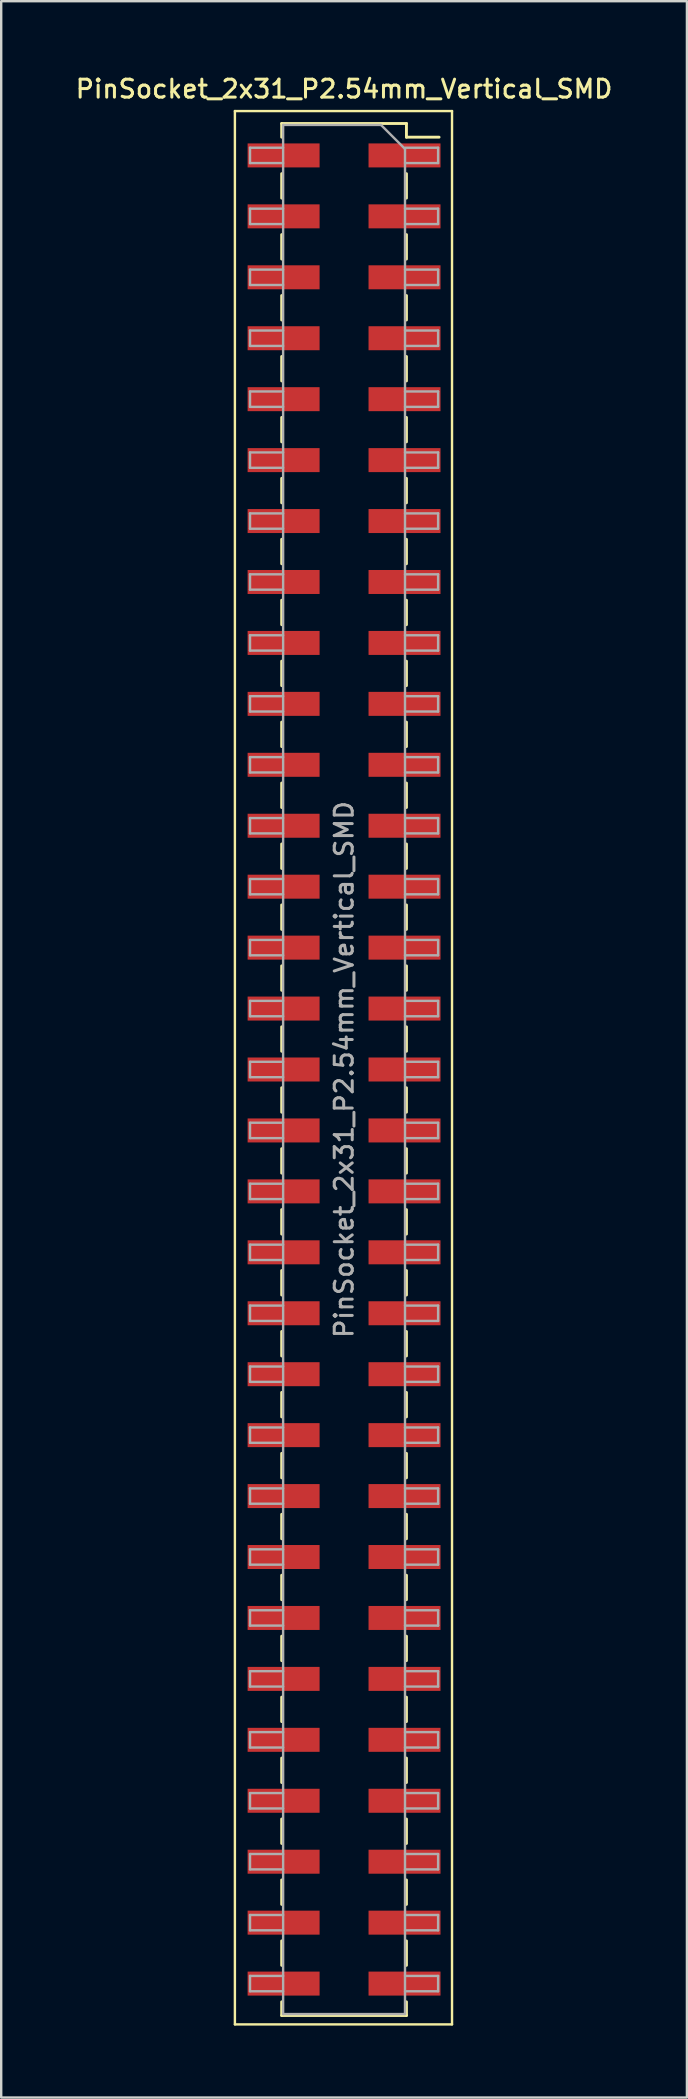
<source format=kicad_pcb>
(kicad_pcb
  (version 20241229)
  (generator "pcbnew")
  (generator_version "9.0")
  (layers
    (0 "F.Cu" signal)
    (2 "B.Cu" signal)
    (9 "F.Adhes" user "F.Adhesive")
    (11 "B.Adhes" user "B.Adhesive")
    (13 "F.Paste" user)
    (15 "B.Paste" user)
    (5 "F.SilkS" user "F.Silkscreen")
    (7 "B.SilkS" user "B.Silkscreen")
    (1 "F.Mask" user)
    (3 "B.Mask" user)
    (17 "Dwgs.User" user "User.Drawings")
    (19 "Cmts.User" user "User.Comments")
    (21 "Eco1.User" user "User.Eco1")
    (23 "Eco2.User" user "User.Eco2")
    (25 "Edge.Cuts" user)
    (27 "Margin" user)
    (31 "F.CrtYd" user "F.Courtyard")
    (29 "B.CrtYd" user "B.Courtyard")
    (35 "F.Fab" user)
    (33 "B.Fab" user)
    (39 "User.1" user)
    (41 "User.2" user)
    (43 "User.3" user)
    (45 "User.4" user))
  (footprint "PinSocket_2x31_P2.54mm_Vertical_SMD"
    (layer "F.Cu")
    (at 11.291 41.528)
    (property "Reference" "PinSocket_2x31_P2.54mm_Vertical_SMD" (at 0 -40.87 0) (layer "F.SilkS") (effects (font (size 0.75 0.75) (thickness 0.125))))
    (attr smd)
    (fp_line (start -4.55 -39.95) (end 4.5 -39.95) (stroke (width 0.1) (type solid)) (layer "F.SilkS"))
    (fp_line (start -4.55 39.8) (end -4.55 -39.95) (stroke (width 0.1) (type solid)) (layer "F.SilkS"))
    (fp_line (start -2.6 -39.43) (end -2.6 -38.86) (stroke (width 0.12) (type solid)) (layer "F.SilkS"))
    (fp_line (start -2.6 -39.43) (end 2.6 -39.43) (stroke (width 0.12) (type solid)) (layer "F.SilkS"))
    (fp_line (start -2.6 -37.34) (end -2.6 -36.32) (stroke (width 0.12) (type solid)) (layer "F.SilkS"))
    (fp_line (start -2.6 -34.8) (end -2.6 -33.78) (stroke (width 0.12) (type solid)) (layer "F.SilkS"))
    (fp_line (start -2.6 -32.26) (end -2.6 -31.24) (stroke (width 0.12) (type solid)) (layer "F.SilkS"))
    (fp_line (start -2.6 -29.72) (end -2.6 -28.7) (stroke (width 0.12) (type solid)) (layer "F.SilkS"))
    (fp_line (start -2.6 -27.18) (end -2.6 -26.16) (stroke (width 0.12) (type solid)) (layer "F.SilkS"))
    (fp_line (start -2.6 -24.64) (end -2.6 -23.62) (stroke (width 0.12) (type solid)) (layer "F.SilkS"))
    (fp_line (start -2.6 -22.1) (end -2.6 -21.08) (stroke (width 0.12) (type solid)) (layer "F.SilkS"))
    (fp_line (start -2.6 -19.56) (end -2.6 -18.54) (stroke (width 0.12) (type solid)) (layer "F.SilkS"))
    (fp_line (start -2.6 -17.02) (end -2.6 -16) (stroke (width 0.12) (type solid)) (layer "F.SilkS"))
    (fp_line (start -2.6 -14.48) (end -2.6 -13.46) (stroke (width 0.12) (type solid)) (layer "F.SilkS"))
    (fp_line (start -2.6 -11.94) (end -2.6 -10.92) (stroke (width 0.12) (type solid)) (layer "F.SilkS"))
    (fp_line (start -2.6 -9.4) (end -2.6 -8.38) (stroke (width 0.12) (type solid)) (layer "F.SilkS"))
    (fp_line (start -2.6 -6.86) (end -2.6 -5.84) (stroke (width 0.12) (type solid)) (layer "F.SilkS"))
    (fp_line (start -2.6 -4.32) (end -2.6 -3.3) (stroke (width 0.12) (type solid)) (layer "F.SilkS"))
    (fp_line (start -2.6 -1.78) (end -2.6 -0.76) (stroke (width 0.12) (type solid)) (layer "F.SilkS"))
    (fp_line (start -2.6 0.76) (end -2.6 1.78) (stroke (width 0.12) (type solid)) (layer "F.SilkS"))
    (fp_line (start -2.6 3.3) (end -2.6 4.32) (stroke (width 0.12) (type solid)) (layer "F.SilkS"))
    (fp_line (start -2.6 5.84) (end -2.6 6.86) (stroke (width 0.12) (type solid)) (layer "F.SilkS"))
    (fp_line (start -2.6 8.38) (end -2.6 9.4) (stroke (width 0.12) (type solid)) (layer "F.SilkS"))
    (fp_line (start -2.6 10.92) (end -2.6 11.94) (stroke (width 0.12) (type solid)) (layer "F.SilkS"))
    (fp_line (start -2.6 13.46) (end -2.6 14.48) (stroke (width 0.12) (type solid)) (layer "F.SilkS"))
    (fp_line (start -2.6 16) (end -2.6 17.02) (stroke (width 0.12) (type solid)) (layer "F.SilkS"))
    (fp_line (start -2.6 18.54) (end -2.6 19.56) (stroke (width 0.12) (type solid)) (layer "F.SilkS"))
    (fp_line (start -2.6 21.08) (end -2.6 22.1) (stroke (width 0.12) (type solid)) (layer "F.SilkS"))
    (fp_line (start -2.6 23.62) (end -2.6 24.64) (stroke (width 0.12) (type solid)) (layer "F.SilkS"))
    (fp_line (start -2.6 26.16) (end -2.6 27.18) (stroke (width 0.12) (type solid)) (layer "F.SilkS"))
    (fp_line (start -2.6 28.7) (end -2.6 29.72) (stroke (width 0.12) (type solid)) (layer "F.SilkS"))
    (fp_line (start -2.6 31.24) (end -2.6 32.26) (stroke (width 0.12) (type solid)) (layer "F.SilkS"))
    (fp_line (start -2.6 33.78) (end -2.6 34.8) (stroke (width 0.12) (type solid)) (layer "F.SilkS"))
    (fp_line (start -2.6 36.32) (end -2.6 37.34) (stroke (width 0.12) (type solid)) (layer "F.SilkS"))
    (fp_line (start -2.6 38.86) (end -2.6 39.43) (stroke (width 0.12) (type solid)) (layer "F.SilkS"))
    (fp_line (start -2.6 39.43) (end 2.6 39.43) (stroke (width 0.12) (type solid)) (layer "F.SilkS"))
    (fp_line (start 2.6 -39.43) (end 2.6 -38.86) (stroke (width 0.12) (type solid)) (layer "F.SilkS"))
    (fp_line (start 2.6 -38.86) (end 3.96 -38.86) (stroke (width 0.12) (type solid)) (layer "F.SilkS"))
    (fp_line (start 2.6 -37.34) (end 2.6 -36.32) (stroke (width 0.12) (type solid)) (layer "F.SilkS"))
    (fp_line (start 2.6 -34.8) (end 2.6 -33.78) (stroke (width 0.12) (type solid)) (layer "F.SilkS"))
    (fp_line (start 2.6 -32.26) (end 2.6 -31.24) (stroke (width 0.12) (type solid)) (layer "F.SilkS"))
    (fp_line (start 2.6 -29.72) (end 2.6 -28.7) (stroke (width 0.12) (type solid)) (layer "F.SilkS"))
    (fp_line (start 2.6 -27.18) (end 2.6 -26.16) (stroke (width 0.12) (type solid)) (layer "F.SilkS"))
    (fp_line (start 2.6 -24.64) (end 2.6 -23.62) (stroke (width 0.12) (type solid)) (layer "F.SilkS"))
    (fp_line (start 2.6 -22.1) (end 2.6 -21.08) (stroke (width 0.12) (type solid)) (layer "F.SilkS"))
    (fp_line (start 2.6 -19.56) (end 2.6 -18.54) (stroke (width 0.12) (type solid)) (layer "F.SilkS"))
    (fp_line (start 2.6 -17.02) (end 2.6 -16) (stroke (width 0.12) (type solid)) (layer "F.SilkS"))
    (fp_line (start 2.6 -14.48) (end 2.6 -13.46) (stroke (width 0.12) (type solid)) (layer "F.SilkS"))
    (fp_line (start 2.6 -11.94) (end 2.6 -10.92) (stroke (width 0.12) (type solid)) (layer "F.SilkS"))
    (fp_line (start 2.6 -9.4) (end 2.6 -8.38) (stroke (width 0.12) (type solid)) (layer "F.SilkS"))
    (fp_line (start 2.6 -6.86) (end 2.6 -5.84) (stroke (width 0.12) (type solid)) (layer "F.SilkS"))
    (fp_line (start 2.6 -4.32) (end 2.6 -3.3) (stroke (width 0.12) (type solid)) (layer "F.SilkS"))
    (fp_line (start 2.6 -1.78) (end 2.6 -0.76) (stroke (width 0.12) (type solid)) (layer "F.SilkS"))
    (fp_line (start 2.6 0.76) (end 2.6 1.78) (stroke (width 0.12) (type solid)) (layer "F.SilkS"))
    (fp_line (start 2.6 3.3) (end 2.6 4.32) (stroke (width 0.12) (type solid)) (layer "F.SilkS"))
    (fp_line (start 2.6 5.84) (end 2.6 6.86) (stroke (width 0.12) (type solid)) (layer "F.SilkS"))
    (fp_line (start 2.6 8.38) (end 2.6 9.4) (stroke (width 0.12) (type solid)) (layer "F.SilkS"))
    (fp_line (start 2.6 10.92) (end 2.6 11.94) (stroke (width 0.12) (type solid)) (layer "F.SilkS"))
    (fp_line (start 2.6 13.46) (end 2.6 14.48) (stroke (width 0.12) (type solid)) (layer "F.SilkS"))
    (fp_line (start 2.6 16) (end 2.6 17.02) (stroke (width 0.12) (type solid)) (layer "F.SilkS"))
    (fp_line (start 2.6 18.54) (end 2.6 19.56) (stroke (width 0.12) (type solid)) (layer "F.SilkS"))
    (fp_line (start 2.6 21.08) (end 2.6 22.1) (stroke (width 0.12) (type solid)) (layer "F.SilkS"))
    (fp_line (start 2.6 23.62) (end 2.6 24.64) (stroke (width 0.12) (type solid)) (layer "F.SilkS"))
    (fp_line (start 2.6 26.16) (end 2.6 27.18) (stroke (width 0.12) (type solid)) (layer "F.SilkS"))
    (fp_line (start 2.6 28.7) (end 2.6 29.72) (stroke (width 0.12) (type solid)) (layer "F.SilkS"))
    (fp_line (start 2.6 31.24) (end 2.6 32.26) (stroke (width 0.12) (type solid)) (layer "F.SilkS"))
    (fp_line (start 2.6 33.78) (end 2.6 34.8) (stroke (width 0.12) (type solid)) (layer "F.SilkS"))
    (fp_line (start 2.6 36.32) (end 2.6 37.34) (stroke (width 0.12) (type solid)) (layer "F.SilkS"))
    (fp_line (start 2.6 38.86) (end 2.6 39.43) (stroke (width 0.12) (type solid)) (layer "F.SilkS"))
    (fp_line (start 4.5 -39.95) (end 4.5 39.8) (stroke (width 0.1) (type solid)) (layer "F.SilkS"))
    (fp_line (start 4.5 39.8) (end -4.55 39.8) (stroke (width 0.1) (type solid)) (layer "F.SilkS"))
    (fp_line (start -3.92 -38.42) (end -2.54 -38.42) (stroke (width 0.1) (type solid)) (layer "F.Fab"))
    (fp_line (start -3.92 -37.78) (end -3.92 -38.42) (stroke (width 0.1) (type solid)) (layer "F.Fab"))
    (fp_line (start -3.92 -35.88) (end -2.54 -35.88) (stroke (width 0.1) (type solid)) (layer "F.Fab"))
    (fp_line (start -3.92 -35.24) (end -3.92 -35.88) (stroke (width 0.1) (type solid)) (layer "F.Fab"))
    (fp_line (start -3.92 -33.34) (end -2.54 -33.34) (stroke (width 0.1) (type solid)) (layer "F.Fab"))
    (fp_line (start -3.92 -32.7) (end -3.92 -33.34) (stroke (width 0.1) (type solid)) (layer "F.Fab"))
    (fp_line (start -3.92 -30.8) (end -2.54 -30.8) (stroke (width 0.1) (type solid)) (layer "F.Fab"))
    (fp_line (start -3.92 -30.16) (end -3.92 -30.8) (stroke (width 0.1) (type solid)) (layer "F.Fab"))
    (fp_line (start -3.92 -28.26) (end -2.54 -28.26) (stroke (width 0.1) (type solid)) (layer "F.Fab"))
    (fp_line (start -3.92 -27.62) (end -3.92 -28.26) (stroke (width 0.1) (type solid)) (layer "F.Fab"))
    (fp_line (start -3.92 -25.72) (end -2.54 -25.72) (stroke (width 0.1) (type solid)) (layer "F.Fab"))
    (fp_line (start -3.92 -25.08) (end -3.92 -25.72) (stroke (width 0.1) (type solid)) (layer "F.Fab"))
    (fp_line (start -3.92 -23.18) (end -2.54 -23.18) (stroke (width 0.1) (type solid)) (layer "F.Fab"))
    (fp_line (start -3.92 -22.54) (end -3.92 -23.18) (stroke (width 0.1) (type solid)) (layer "F.Fab"))
    (fp_line (start -3.92 -20.64) (end -2.54 -20.64) (stroke (width 0.1) (type solid)) (layer "F.Fab"))
    (fp_line (start -3.92 -20) (end -3.92 -20.64) (stroke (width 0.1) (type solid)) (layer "F.Fab"))
    (fp_line (start -3.92 -18.1) (end -2.54 -18.1) (stroke (width 0.1) (type solid)) (layer "F.Fab"))
    (fp_line (start -3.92 -17.46) (end -3.92 -18.1) (stroke (width 0.1) (type solid)) (layer "F.Fab"))
    (fp_line (start -3.92 -15.56) (end -2.54 -15.56) (stroke (width 0.1) (type solid)) (layer "F.Fab"))
    (fp_line (start -3.92 -14.92) (end -3.92 -15.56) (stroke (width 0.1) (type solid)) (layer "F.Fab"))
    (fp_line (start -3.92 -13.02) (end -2.54 -13.02) (stroke (width 0.1) (type solid)) (layer "F.Fab"))
    (fp_line (start -3.92 -12.38) (end -3.92 -13.02) (stroke (width 0.1) (type solid)) (layer "F.Fab"))
    (fp_line (start -3.92 -10.48) (end -2.54 -10.48) (stroke (width 0.1) (type solid)) (layer "F.Fab"))
    (fp_line (start -3.92 -9.84) (end -3.92 -10.48) (stroke (width 0.1) (type solid)) (layer "F.Fab"))
    (fp_line (start -3.92 -7.94) (end -2.54 -7.94) (stroke (width 0.1) (type solid)) (layer "F.Fab"))
    (fp_line (start -3.92 -7.3) (end -3.92 -7.94) (stroke (width 0.1) (type solid)) (layer "F.Fab"))
    (fp_line (start -3.92 -5.4) (end -2.54 -5.4) (stroke (width 0.1) (type solid)) (layer "F.Fab"))
    (fp_line (start -3.92 -4.76) (end -3.92 -5.4) (stroke (width 0.1) (type solid)) (layer "F.Fab"))
    (fp_line (start -3.92 -2.86) (end -2.54 -2.86) (stroke (width 0.1) (type solid)) (layer "F.Fab"))
    (fp_line (start -3.92 -2.22) (end -3.92 -2.86) (stroke (width 0.1) (type solid)) (layer "F.Fab"))
    (fp_line (start -3.92 -0.32) (end -2.54 -0.32) (stroke (width 0.1) (type solid)) (layer "F.Fab"))
    (fp_line (start -3.92 0.32) (end -3.92 -0.32) (stroke (width 0.1) (type solid)) (layer "F.Fab"))
    (fp_line (start -3.92 2.22) (end -2.54 2.22) (stroke (width 0.1) (type solid)) (layer "F.Fab"))
    (fp_line (start -3.92 2.86) (end -3.92 2.22) (stroke (width 0.1) (type solid)) (layer "F.Fab"))
    (fp_line (start -3.92 4.76) (end -2.54 4.76) (stroke (width 0.1) (type solid)) (layer "F.Fab"))
    (fp_line (start -3.92 5.4) (end -3.92 4.76) (stroke (width 0.1) (type solid)) (layer "F.Fab"))
    (fp_line (start -3.92 7.3) (end -2.54 7.3) (stroke (width 0.1) (type solid)) (layer "F.Fab"))
    (fp_line (start -3.92 7.94) (end -3.92 7.3) (stroke (width 0.1) (type solid)) (layer "F.Fab"))
    (fp_line (start -3.92 9.84) (end -2.54 9.84) (stroke (width 0.1) (type solid)) (layer "F.Fab"))
    (fp_line (start -3.92 10.48) (end -3.92 9.84) (stroke (width 0.1) (type solid)) (layer "F.Fab"))
    (fp_line (start -3.92 12.38) (end -2.54 12.38) (stroke (width 0.1) (type solid)) (layer "F.Fab"))
    (fp_line (start -3.92 13.02) (end -3.92 12.38) (stroke (width 0.1) (type solid)) (layer "F.Fab"))
    (fp_line (start -3.92 14.92) (end -2.54 14.92) (stroke (width 0.1) (type solid)) (layer "F.Fab"))
    (fp_line (start -3.92 15.56) (end -3.92 14.92) (stroke (width 0.1) (type solid)) (layer "F.Fab"))
    (fp_line (start -3.92 17.46) (end -2.54 17.46) (stroke (width 0.1) (type solid)) (layer "F.Fab"))
    (fp_line (start -3.92 18.1) (end -3.92 17.46) (stroke (width 0.1) (type solid)) (layer "F.Fab"))
    (fp_line (start -3.92 20) (end -2.54 20) (stroke (width 0.1) (type solid)) (layer "F.Fab"))
    (fp_line (start -3.92 20.64) (end -3.92 20) (stroke (width 0.1) (type solid)) (layer "F.Fab"))
    (fp_line (start -3.92 22.54) (end -2.54 22.54) (stroke (width 0.1) (type solid)) (layer "F.Fab"))
    (fp_line (start -3.92 23.18) (end -3.92 22.54) (stroke (width 0.1) (type solid)) (layer "F.Fab"))
    (fp_line (start -3.92 25.08) (end -2.54 25.08) (stroke (width 0.1) (type solid)) (layer "F.Fab"))
    (fp_line (start -3.92 25.72) (end -3.92 25.08) (stroke (width 0.1) (type solid)) (layer "F.Fab"))
    (fp_line (start -3.92 27.62) (end -2.54 27.62) (stroke (width 0.1) (type solid)) (layer "F.Fab"))
    (fp_line (start -3.92 28.26) (end -3.92 27.62) (stroke (width 0.1) (type solid)) (layer "F.Fab"))
    (fp_line (start -3.92 30.16) (end -2.54 30.16) (stroke (width 0.1) (type solid)) (layer "F.Fab"))
    (fp_line (start -3.92 30.8) (end -3.92 30.16) (stroke (width 0.1) (type solid)) (layer "F.Fab"))
    (fp_line (start -3.92 32.7) (end -2.54 32.7) (stroke (width 0.1) (type solid)) (layer "F.Fab"))
    (fp_line (start -3.92 33.34) (end -3.92 32.7) (stroke (width 0.1) (type solid)) (layer "F.Fab"))
    (fp_line (start -3.92 35.24) (end -2.54 35.24) (stroke (width 0.1) (type solid)) (layer "F.Fab"))
    (fp_line (start -3.92 35.88) (end -3.92 35.24) (stroke (width 0.1) (type solid)) (layer "F.Fab"))
    (fp_line (start -3.92 37.78) (end -2.54 37.78) (stroke (width 0.1) (type solid)) (layer "F.Fab"))
    (fp_line (start -3.92 38.42) (end -3.92 37.78) (stroke (width 0.1) (type solid)) (layer "F.Fab"))
    (fp_line (start -2.54 -39.37) (end 1.54 -39.37) (stroke (width 0.1) (type solid)) (layer "F.Fab"))
    (fp_line (start -2.54 -37.78) (end -3.92 -37.78) (stroke (width 0.1) (type solid)) (layer "F.Fab"))
    (fp_line (start -2.54 -35.24) (end -3.92 -35.24) (stroke (width 0.1) (type solid)) (layer "F.Fab"))
    (fp_line (start -2.54 -32.7) (end -3.92 -32.7) (stroke (width 0.1) (type solid)) (layer "F.Fab"))
    (fp_line (start -2.54 -30.16) (end -3.92 -30.16) (stroke (width 0.1) (type solid)) (layer "F.Fab"))
    (fp_line (start -2.54 -27.62) (end -3.92 -27.62) (stroke (width 0.1) (type solid)) (layer "F.Fab"))
    (fp_line (start -2.54 -25.08) (end -3.92 -25.08) (stroke (width 0.1) (type solid)) (layer "F.Fab"))
    (fp_line (start -2.54 -22.54) (end -3.92 -22.54) (stroke (width 0.1) (type solid)) (layer "F.Fab"))
    (fp_line (start -2.54 -20) (end -3.92 -20) (stroke (width 0.1) (type solid)) (layer "F.Fab"))
    (fp_line (start -2.54 -17.46) (end -3.92 -17.46) (stroke (width 0.1) (type solid)) (layer "F.Fab"))
    (fp_line (start -2.54 -14.92) (end -3.92 -14.92) (stroke (width 0.1) (type solid)) (layer "F.Fab"))
    (fp_line (start -2.54 -12.38) (end -3.92 -12.38) (stroke (width 0.1) (type solid)) (layer "F.Fab"))
    (fp_line (start -2.54 -9.84) (end -3.92 -9.84) (stroke (width 0.1) (type solid)) (layer "F.Fab"))
    (fp_line (start -2.54 -7.3) (end -3.92 -7.3) (stroke (width 0.1) (type solid)) (layer "F.Fab"))
    (fp_line (start -2.54 -4.76) (end -3.92 -4.76) (stroke (width 0.1) (type solid)) (layer "F.Fab"))
    (fp_line (start -2.54 -2.22) (end -3.92 -2.22) (stroke (width 0.1) (type solid)) (layer "F.Fab"))
    (fp_line (start -2.54 0.32) (end -3.92 0.32) (stroke (width 0.1) (type solid)) (layer "F.Fab"))
    (fp_line (start -2.54 2.86) (end -3.92 2.86) (stroke (width 0.1) (type solid)) (layer "F.Fab"))
    (fp_line (start -2.54 5.4) (end -3.92 5.4) (stroke (width 0.1) (type solid)) (layer "F.Fab"))
    (fp_line (start -2.54 7.94) (end -3.92 7.94) (stroke (width 0.1) (type solid)) (layer "F.Fab"))
    (fp_line (start -2.54 10.48) (end -3.92 10.48) (stroke (width 0.1) (type solid)) (layer "F.Fab"))
    (fp_line (start -2.54 13.02) (end -3.92 13.02) (stroke (width 0.1) (type solid)) (layer "F.Fab"))
    (fp_line (start -2.54 15.56) (end -3.92 15.56) (stroke (width 0.1) (type solid)) (layer "F.Fab"))
    (fp_line (start -2.54 18.1) (end -3.92 18.1) (stroke (width 0.1) (type solid)) (layer "F.Fab"))
    (fp_line (start -2.54 20.64) (end -3.92 20.64) (stroke (width 0.1) (type solid)) (layer "F.Fab"))
    (fp_line (start -2.54 23.18) (end -3.92 23.18) (stroke (width 0.1) (type solid)) (layer "F.Fab"))
    (fp_line (start -2.54 25.72) (end -3.92 25.72) (stroke (width 0.1) (type solid)) (layer "F.Fab"))
    (fp_line (start -2.54 28.26) (end -3.92 28.26) (stroke (width 0.1) (type solid)) (layer "F.Fab"))
    (fp_line (start -2.54 30.8) (end -3.92 30.8) (stroke (width 0.1) (type solid)) (layer "F.Fab"))
    (fp_line (start -2.54 33.34) (end -3.92 33.34) (stroke (width 0.1) (type solid)) (layer "F.Fab"))
    (fp_line (start -2.54 35.88) (end -3.92 35.88) (stroke (width 0.1) (type solid)) (layer "F.Fab"))
    (fp_line (start -2.54 38.42) (end -3.92 38.42) (stroke (width 0.1) (type solid)) (layer "F.Fab"))
    (fp_line (start -2.54 39.37) (end -2.54 -39.37) (stroke (width 0.1) (type solid)) (layer "F.Fab"))
    (fp_line (start 1.54 -39.37) (end 2.54 -38.37) (stroke (width 0.1) (type solid)) (layer "F.Fab"))
    (fp_line (start 2.54 -38.42) (end 3.92 -38.42) (stroke (width 0.1) (type solid)) (layer "F.Fab"))
    (fp_line (start 2.54 -38.37) (end 2.54 39.37) (stroke (width 0.1) (type solid)) (layer "F.Fab"))
    (fp_line (start 2.54 -35.88) (end 3.92 -35.88) (stroke (width 0.1) (type solid)) (layer "F.Fab"))
    (fp_line (start 2.54 -33.34) (end 3.92 -33.34) (stroke (width 0.1) (type solid)) (layer "F.Fab"))
    (fp_line (start 2.54 -30.8) (end 3.92 -30.8) (stroke (width 0.1) (type solid)) (layer "F.Fab"))
    (fp_line (start 2.54 -28.26) (end 3.92 -28.26) (stroke (width 0.1) (type solid)) (layer "F.Fab"))
    (fp_line (start 2.54 -25.72) (end 3.92 -25.72) (stroke (width 0.1) (type solid)) (layer "F.Fab"))
    (fp_line (start 2.54 -23.18) (end 3.92 -23.18) (stroke (width 0.1) (type solid)) (layer "F.Fab"))
    (fp_line (start 2.54 -20.64) (end 3.92 -20.64) (stroke (width 0.1) (type solid)) (layer "F.Fab"))
    (fp_line (start 2.54 -18.1) (end 3.92 -18.1) (stroke (width 0.1) (type solid)) (layer "F.Fab"))
    (fp_line (start 2.54 -15.56) (end 3.92 -15.56) (stroke (width 0.1) (type solid)) (layer "F.Fab"))
    (fp_line (start 2.54 -13.02) (end 3.92 -13.02) (stroke (width 0.1) (type solid)) (layer "F.Fab"))
    (fp_line (start 2.54 -10.48) (end 3.92 -10.48) (stroke (width 0.1) (type solid)) (layer "F.Fab"))
    (fp_line (start 2.54 -7.94) (end 3.92 -7.94) (stroke (width 0.1) (type solid)) (layer "F.Fab"))
    (fp_line (start 2.54 -5.4) (end 3.92 -5.4) (stroke (width 0.1) (type solid)) (layer "F.Fab"))
    (fp_line (start 2.54 -2.86) (end 3.92 -2.86) (stroke (width 0.1) (type solid)) (layer "F.Fab"))
    (fp_line (start 2.54 -0.32) (end 3.92 -0.32) (stroke (width 0.1) (type solid)) (layer "F.Fab"))
    (fp_line (start 2.54 2.22) (end 3.92 2.22) (stroke (width 0.1) (type solid)) (layer "F.Fab"))
    (fp_line (start 2.54 4.76) (end 3.92 4.76) (stroke (width 0.1) (type solid)) (layer "F.Fab"))
    (fp_line (start 2.54 7.3) (end 3.92 7.3) (stroke (width 0.1) (type solid)) (layer "F.Fab"))
    (fp_line (start 2.54 9.84) (end 3.92 9.84) (stroke (width 0.1) (type solid)) (layer "F.Fab"))
    (fp_line (start 2.54 12.38) (end 3.92 12.38) (stroke (width 0.1) (type solid)) (layer "F.Fab"))
    (fp_line (start 2.54 14.92) (end 3.92 14.92) (stroke (width 0.1) (type solid)) (layer "F.Fab"))
    (fp_line (start 2.54 17.46) (end 3.92 17.46) (stroke (width 0.1) (type solid)) (layer "F.Fab"))
    (fp_line (start 2.54 20) (end 3.92 20) (stroke (width 0.1) (type solid)) (layer "F.Fab"))
    (fp_line (start 2.54 22.54) (end 3.92 22.54) (stroke (width 0.1) (type solid)) (layer "F.Fab"))
    (fp_line (start 2.54 25.08) (end 3.92 25.08) (stroke (width 0.1) (type solid)) (layer "F.Fab"))
    (fp_line (start 2.54 27.62) (end 3.92 27.62) (stroke (width 0.1) (type solid)) (layer "F.Fab"))
    (fp_line (start 2.54 30.16) (end 3.92 30.16) (stroke (width 0.1) (type solid)) (layer "F.Fab"))
    (fp_line (start 2.54 32.7) (end 3.92 32.7) (stroke (width 0.1) (type solid)) (layer "F.Fab"))
    (fp_line (start 2.54 35.24) (end 3.92 35.24) (stroke (width 0.1) (type solid)) (layer "F.Fab"))
    (fp_line (start 2.54 37.78) (end 3.92 37.78) (stroke (width 0.1) (type solid)) (layer "F.Fab"))
    (fp_line (start 2.54 39.37) (end -2.54 39.37) (stroke (width 0.1) (type solid)) (layer "F.Fab"))
    (fp_line (start 3.92 -38.42) (end 3.92 -37.78) (stroke (width 0.1) (type solid)) (layer "F.Fab"))
    (fp_line (start 3.92 -37.78) (end 2.54 -37.78) (stroke (width 0.1) (type solid)) (layer "F.Fab"))
    (fp_line (start 3.92 -35.88) (end 3.92 -35.24) (stroke (width 0.1) (type solid)) (layer "F.Fab"))
    (fp_line (start 3.92 -35.24) (end 2.54 -35.24) (stroke (width 0.1) (type solid)) (layer "F.Fab"))
    (fp_line (start 3.92 -33.34) (end 3.92 -32.7) (stroke (width 0.1) (type solid)) (layer "F.Fab"))
    (fp_line (start 3.92 -32.7) (end 2.54 -32.7) (stroke (width 0.1) (type solid)) (layer "F.Fab"))
    (fp_line (start 3.92 -30.8) (end 3.92 -30.16) (stroke (width 0.1) (type solid)) (layer "F.Fab"))
    (fp_line (start 3.92 -30.16) (end 2.54 -30.16) (stroke (width 0.1) (type solid)) (layer "F.Fab"))
    (fp_line (start 3.92 -28.26) (end 3.92 -27.62) (stroke (width 0.1) (type solid)) (layer "F.Fab"))
    (fp_line (start 3.92 -27.62) (end 2.54 -27.62) (stroke (width 0.1) (type solid)) (layer "F.Fab"))
    (fp_line (start 3.92 -25.72) (end 3.92 -25.08) (stroke (width 0.1) (type solid)) (layer "F.Fab"))
    (fp_line (start 3.92 -25.08) (end 2.54 -25.08) (stroke (width 0.1) (type solid)) (layer "F.Fab"))
    (fp_line (start 3.92 -23.18) (end 3.92 -22.54) (stroke (width 0.1) (type solid)) (layer "F.Fab"))
    (fp_line (start 3.92 -22.54) (end 2.54 -22.54) (stroke (width 0.1) (type solid)) (layer "F.Fab"))
    (fp_line (start 3.92 -20.64) (end 3.92 -20) (stroke (width 0.1) (type solid)) (layer "F.Fab"))
    (fp_line (start 3.92 -20) (end 2.54 -20) (stroke (width 0.1) (type solid)) (layer "F.Fab"))
    (fp_line (start 3.92 -18.1) (end 3.92 -17.46) (stroke (width 0.1) (type solid)) (layer "F.Fab"))
    (fp_line (start 3.92 -17.46) (end 2.54 -17.46) (stroke (width 0.1) (type solid)) (layer "F.Fab"))
    (fp_line (start 3.92 -15.56) (end 3.92 -14.92) (stroke (width 0.1) (type solid)) (layer "F.Fab"))
    (fp_line (start 3.92 -14.92) (end 2.54 -14.92) (stroke (width 0.1) (type solid)) (layer "F.Fab"))
    (fp_line (start 3.92 -13.02) (end 3.92 -12.38) (stroke (width 0.1) (type solid)) (layer "F.Fab"))
    (fp_line (start 3.92 -12.38) (end 2.54 -12.38) (stroke (width 0.1) (type solid)) (layer "F.Fab"))
    (fp_line (start 3.92 -10.48) (end 3.92 -9.84) (stroke (width 0.1) (type solid)) (layer "F.Fab"))
    (fp_line (start 3.92 -9.84) (end 2.54 -9.84) (stroke (width 0.1) (type solid)) (layer "F.Fab"))
    (fp_line (start 3.92 -7.94) (end 3.92 -7.3) (stroke (width 0.1) (type solid)) (layer "F.Fab"))
    (fp_line (start 3.92 -7.3) (end 2.54 -7.3) (stroke (width 0.1) (type solid)) (layer "F.Fab"))
    (fp_line (start 3.92 -5.4) (end 3.92 -4.76) (stroke (width 0.1) (type solid)) (layer "F.Fab"))
    (fp_line (start 3.92 -4.76) (end 2.54 -4.76) (stroke (width 0.1) (type solid)) (layer "F.Fab"))
    (fp_line (start 3.92 -2.86) (end 3.92 -2.22) (stroke (width 0.1) (type solid)) (layer "F.Fab"))
    (fp_line (start 3.92 -2.22) (end 2.54 -2.22) (stroke (width 0.1) (type solid)) (layer "F.Fab"))
    (fp_line (start 3.92 -0.32) (end 3.92 0.32) (stroke (width 0.1) (type solid)) (layer "F.Fab"))
    (fp_line (start 3.92 0.32) (end 2.54 0.32) (stroke (width 0.1) (type solid)) (layer "F.Fab"))
    (fp_line (start 3.92 2.22) (end 3.92 2.86) (stroke (width 0.1) (type solid)) (layer "F.Fab"))
    (fp_line (start 3.92 2.86) (end 2.54 2.86) (stroke (width 0.1) (type solid)) (layer "F.Fab"))
    (fp_line (start 3.92 4.76) (end 3.92 5.4) (stroke (width 0.1) (type solid)) (layer "F.Fab"))
    (fp_line (start 3.92 5.4) (end 2.54 5.4) (stroke (width 0.1) (type solid)) (layer "F.Fab"))
    (fp_line (start 3.92 7.3) (end 3.92 7.94) (stroke (width 0.1) (type solid)) (layer "F.Fab"))
    (fp_line (start 3.92 7.94) (end 2.54 7.94) (stroke (width 0.1) (type solid)) (layer "F.Fab"))
    (fp_line (start 3.92 9.84) (end 3.92 10.48) (stroke (width 0.1) (type solid)) (layer "F.Fab"))
    (fp_line (start 3.92 10.48) (end 2.54 10.48) (stroke (width 0.1) (type solid)) (layer "F.Fab"))
    (fp_line (start 3.92 12.38) (end 3.92 13.02) (stroke (width 0.1) (type solid)) (layer "F.Fab"))
    (fp_line (start 3.92 13.02) (end 2.54 13.02) (stroke (width 0.1) (type solid)) (layer "F.Fab"))
    (fp_line (start 3.92 14.92) (end 3.92 15.56) (stroke (width 0.1) (type solid)) (layer "F.Fab"))
    (fp_line (start 3.92 15.56) (end 2.54 15.56) (stroke (width 0.1) (type solid)) (layer "F.Fab"))
    (fp_line (start 3.92 17.46) (end 3.92 18.1) (stroke (width 0.1) (type solid)) (layer "F.Fab"))
    (fp_line (start 3.92 18.1) (end 2.54 18.1) (stroke (width 0.1) (type solid)) (layer "F.Fab"))
    (fp_line (start 3.92 20) (end 3.92 20.64) (stroke (width 0.1) (type solid)) (layer "F.Fab"))
    (fp_line (start 3.92 20.64) (end 2.54 20.64) (stroke (width 0.1) (type solid)) (layer "F.Fab"))
    (fp_line (start 3.92 22.54) (end 3.92 23.18) (stroke (width 0.1) (type solid)) (layer "F.Fab"))
    (fp_line (start 3.92 23.18) (end 2.54 23.18) (stroke (width 0.1) (type solid)) (layer "F.Fab"))
    (fp_line (start 3.92 25.08) (end 3.92 25.72) (stroke (width 0.1) (type solid)) (layer "F.Fab"))
    (fp_line (start 3.92 25.72) (end 2.54 25.72) (stroke (width 0.1) (type solid)) (layer "F.Fab"))
    (fp_line (start 3.92 27.62) (end 3.92 28.26) (stroke (width 0.1) (type solid)) (layer "F.Fab"))
    (fp_line (start 3.92 28.26) (end 2.54 28.26) (stroke (width 0.1) (type solid)) (layer "F.Fab"))
    (fp_line (start 3.92 30.16) (end 3.92 30.8) (stroke (width 0.1) (type solid)) (layer "F.Fab"))
    (fp_line (start 3.92 30.8) (end 2.54 30.8) (stroke (width 0.1) (type solid)) (layer "F.Fab"))
    (fp_line (start 3.92 32.7) (end 3.92 33.34) (stroke (width 0.1) (type solid)) (layer "F.Fab"))
    (fp_line (start 3.92 33.34) (end 2.54 33.34) (stroke (width 0.1) (type solid)) (layer "F.Fab"))
    (fp_line (start 3.92 35.24) (end 3.92 35.88) (stroke (width 0.1) (type solid)) (layer "F.Fab"))
    (fp_line (start 3.92 35.88) (end 2.54 35.88) (stroke (width 0.1) (type solid)) (layer "F.Fab"))
    (fp_line (start 3.92 37.78) (end 3.92 38.42) (stroke (width 0.1) (type solid)) (layer "F.Fab"))
    (fp_line (start 3.92 38.42) (end 2.54 38.42) (stroke (width 0.1) (type solid)) (layer "F.Fab"))
    (fp_text user "${REFERENCE}" (at 0 0 90) (layer "F.Fab") (effects (font (size 0.75 0.75) (thickness 0.125))))
    (pad "1" smd rect (at 2.52 -38.1) (size 3 1) (layers "F.Cu" "F.Mask" "F.Paste"))
    (pad "2" smd rect (at -2.52 -38.1) (size 3 1) (layers "F.Cu" "F.Mask" "F.Paste"))
    (pad "3" smd rect (at 2.52 -35.56) (size 3 1) (layers "F.Cu" "F.Mask" "F.Paste"))
    (pad "4" smd rect (at -2.52 -35.56) (size 3 1) (layers "F.Cu" "F.Mask" "F.Paste"))
    (pad "5" smd rect (at 2.52 -33.02) (size 3 1) (layers "F.Cu" "F.Mask" "F.Paste"))
    (pad "6" smd rect (at -2.52 -33.02) (size 3 1) (layers "F.Cu" "F.Mask" "F.Paste"))
    (pad "7" smd rect (at 2.52 -30.48) (size 3 1) (layers "F.Cu" "F.Mask" "F.Paste"))
    (pad "8" smd rect (at -2.52 -30.48) (size 3 1) (layers "F.Cu" "F.Mask" "F.Paste"))
    (pad "9" smd rect (at 2.52 -27.94) (size 3 1) (layers "F.Cu" "F.Mask" "F.Paste"))
    (pad "10" smd rect (at -2.52 -27.94) (size 3 1) (layers "F.Cu" "F.Mask" "F.Paste"))
    (pad "11" smd rect (at 2.52 -25.4) (size 3 1) (layers "F.Cu" "F.Mask" "F.Paste"))
    (pad "12" smd rect (at -2.52 -25.4) (size 3 1) (layers "F.Cu" "F.Mask" "F.Paste"))
    (pad "13" smd rect (at 2.52 -22.86) (size 3 1) (layers "F.Cu" "F.Mask" "F.Paste"))
    (pad "14" smd rect (at -2.52 -22.86) (size 3 1) (layers "F.Cu" "F.Mask" "F.Paste"))
    (pad "15" smd rect (at 2.52 -20.32) (size 3 1) (layers "F.Cu" "F.Mask" "F.Paste"))
    (pad "16" smd rect (at -2.52 -20.32) (size 3 1) (layers "F.Cu" "F.Mask" "F.Paste"))
    (pad "17" smd rect (at 2.52 -17.78) (size 3 1) (layers "F.Cu" "F.Mask" "F.Paste"))
    (pad "18" smd rect (at -2.52 -17.78) (size 3 1) (layers "F.Cu" "F.Mask" "F.Paste"))
    (pad "19" smd rect (at 2.52 -15.24) (size 3 1) (layers "F.Cu" "F.Mask" "F.Paste"))
    (pad "20" smd rect (at -2.52 -15.24) (size 3 1) (layers "F.Cu" "F.Mask" "F.Paste"))
    (pad "21" smd rect (at 2.52 -12.7) (size 3 1) (layers "F.Cu" "F.Mask" "F.Paste"))
    (pad "22" smd rect (at -2.52 -12.7) (size 3 1) (layers "F.Cu" "F.Mask" "F.Paste"))
    (pad "23" smd rect (at 2.52 -10.16) (size 3 1) (layers "F.Cu" "F.Mask" "F.Paste"))
    (pad "24" smd rect (at -2.52 -10.16) (size 3 1) (layers "F.Cu" "F.Mask" "F.Paste"))
    (pad "25" smd rect (at 2.52 -7.62) (size 3 1) (layers "F.Cu" "F.Mask" "F.Paste"))
    (pad "26" smd rect (at -2.52 -7.62) (size 3 1) (layers "F.Cu" "F.Mask" "F.Paste"))
    (pad "27" smd rect (at 2.52 -5.08) (size 3 1) (layers "F.Cu" "F.Mask" "F.Paste"))
    (pad "28" smd rect (at -2.52 -5.08) (size 3 1) (layers "F.Cu" "F.Mask" "F.Paste"))
    (pad "29" smd rect (at 2.52 -2.54) (size 3 1) (layers "F.Cu" "F.Mask" "F.Paste"))
    (pad "30" smd rect (at -2.52 -2.54) (size 3 1) (layers "F.Cu" "F.Mask" "F.Paste"))
    (pad "31" smd rect (at 2.52 0) (size 3 1) (layers "F.Cu" "F.Mask" "F.Paste"))
    (pad "32" smd rect (at -2.52 0) (size 3 1) (layers "F.Cu" "F.Mask" "F.Paste"))
    (pad "33" smd rect (at 2.52 2.54) (size 3 1) (layers "F.Cu" "F.Mask" "F.Paste"))
    (pad "34" smd rect (at -2.52 2.54) (size 3 1) (layers "F.Cu" "F.Mask" "F.Paste"))
    (pad "35" smd rect (at 2.52 5.08) (size 3 1) (layers "F.Cu" "F.Mask" "F.Paste"))
    (pad "36" smd rect (at -2.52 5.08) (size 3 1) (layers "F.Cu" "F.Mask" "F.Paste"))
    (pad "37" smd rect (at 2.52 7.62) (size 3 1) (layers "F.Cu" "F.Mask" "F.Paste"))
    (pad "38" smd rect (at -2.52 7.62) (size 3 1) (layers "F.Cu" "F.Mask" "F.Paste"))
    (pad "39" smd rect (at 2.52 10.16) (size 3 1) (layers "F.Cu" "F.Mask" "F.Paste"))
    (pad "40" smd rect (at -2.52 10.16) (size 3 1) (layers "F.Cu" "F.Mask" "F.Paste"))
    (pad "41" smd rect (at 2.52 12.7) (size 3 1) (layers "F.Cu" "F.Mask" "F.Paste"))
    (pad "42" smd rect (at -2.52 12.7) (size 3 1) (layers "F.Cu" "F.Mask" "F.Paste"))
    (pad "43" smd rect (at 2.52 15.24) (size 3 1) (layers "F.Cu" "F.Mask" "F.Paste"))
    (pad "44" smd rect (at -2.52 15.24) (size 3 1) (layers "F.Cu" "F.Mask" "F.Paste"))
    (pad "45" smd rect (at 2.52 17.78) (size 3 1) (layers "F.Cu" "F.Mask" "F.Paste"))
    (pad "46" smd rect (at -2.52 17.78) (size 3 1) (layers "F.Cu" "F.Mask" "F.Paste"))
    (pad "47" smd rect (at 2.52 20.32) (size 3 1) (layers "F.Cu" "F.Mask" "F.Paste"))
    (pad "48" smd rect (at -2.52 20.32) (size 3 1) (layers "F.Cu" "F.Mask" "F.Paste"))
    (pad "49" smd rect (at 2.52 22.86) (size 3 1) (layers "F.Cu" "F.Mask" "F.Paste"))
    (pad "50" smd rect (at -2.52 22.86) (size 3 1) (layers "F.Cu" "F.Mask" "F.Paste"))
    (pad "51" smd rect (at 2.52 25.4) (size 3 1) (layers "F.Cu" "F.Mask" "F.Paste"))
    (pad "52" smd rect (at -2.52 25.4) (size 3 1) (layers "F.Cu" "F.Mask" "F.Paste"))
    (pad "53" smd rect (at 2.52 27.94) (size 3 1) (layers "F.Cu" "F.Mask" "F.Paste"))
    (pad "54" smd rect (at -2.52 27.94) (size 3 1) (layers "F.Cu" "F.Mask" "F.Paste"))
    (pad "55" smd rect (at 2.52 30.48) (size 3 1) (layers "F.Cu" "F.Mask" "F.Paste"))
    (pad "56" smd rect (at -2.52 30.48) (size 3 1) (layers "F.Cu" "F.Mask" "F.Paste"))
    (pad "57" smd rect (at 2.52 33.02) (size 3 1) (layers "F.Cu" "F.Mask" "F.Paste"))
    (pad "58" smd rect (at -2.52 33.02) (size 3 1) (layers "F.Cu" "F.Mask" "F.Paste"))
    (pad "59" smd rect (at 2.52 35.56) (size 3 1) (layers "F.Cu" "F.Mask" "F.Paste"))
    (pad "60" smd rect (at -2.52 35.56) (size 3 1) (layers "F.Cu" "F.Mask" "F.Paste"))
    (pad "61" smd rect (at 2.52 38.1) (size 3 1) (layers "F.Cu" "F.Mask" "F.Paste"))
    (pad "62" smd rect (at -2.52 38.1) (size 3 1) (layers "F.Cu" "F.Mask" "F.Paste")))
  (gr_rect
    (start -3 -3)
    (end 25.582 84.378)
    (stroke (width 0.1) (type default))
    (fill no)
    (layer "Edge.Cuts")))
</source>
